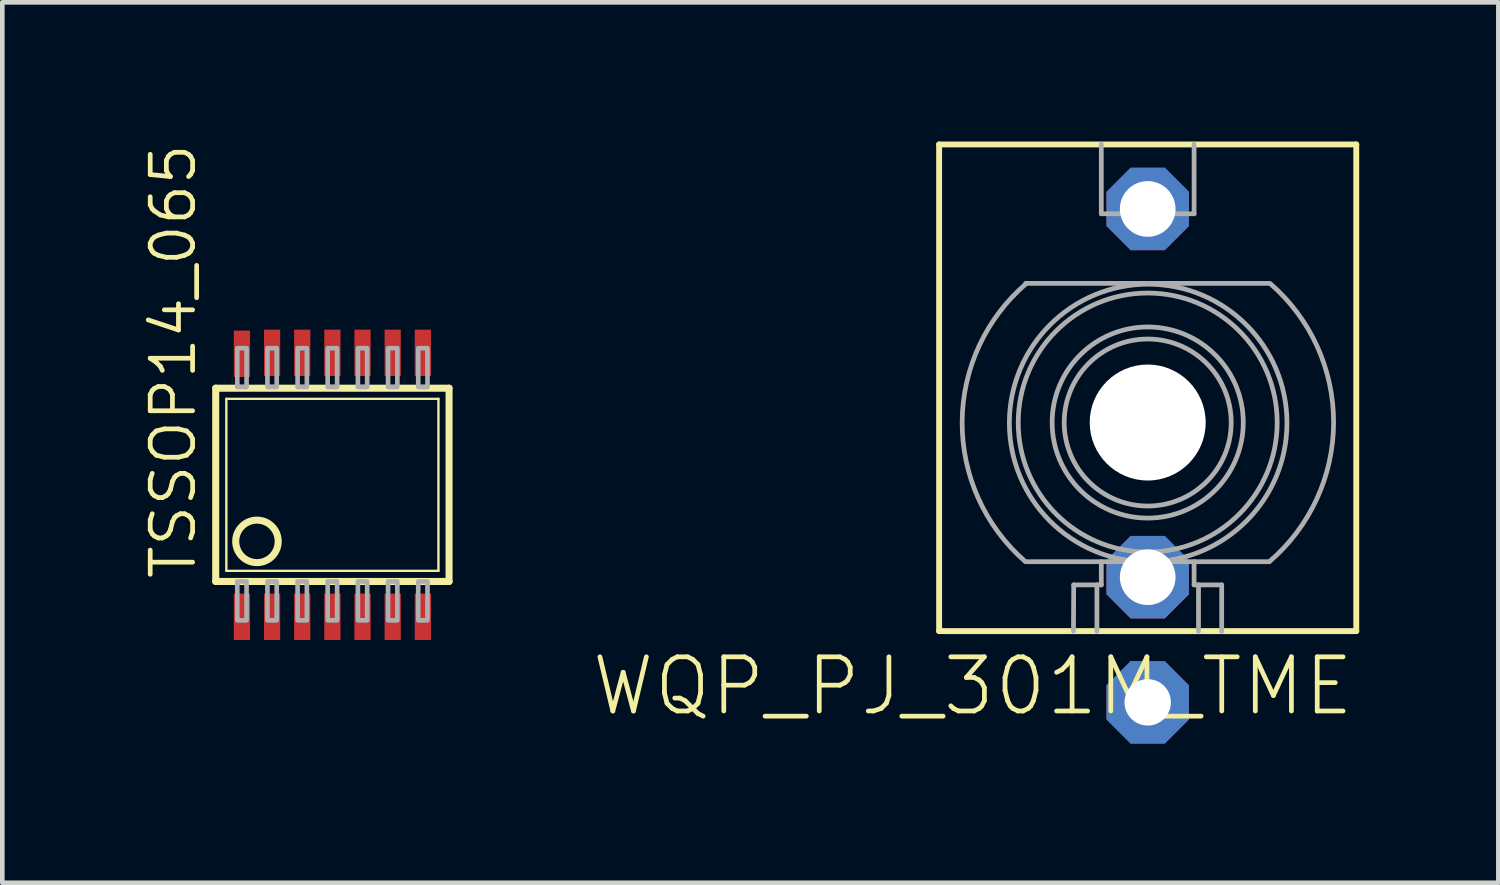
<source format=kicad_pcb>
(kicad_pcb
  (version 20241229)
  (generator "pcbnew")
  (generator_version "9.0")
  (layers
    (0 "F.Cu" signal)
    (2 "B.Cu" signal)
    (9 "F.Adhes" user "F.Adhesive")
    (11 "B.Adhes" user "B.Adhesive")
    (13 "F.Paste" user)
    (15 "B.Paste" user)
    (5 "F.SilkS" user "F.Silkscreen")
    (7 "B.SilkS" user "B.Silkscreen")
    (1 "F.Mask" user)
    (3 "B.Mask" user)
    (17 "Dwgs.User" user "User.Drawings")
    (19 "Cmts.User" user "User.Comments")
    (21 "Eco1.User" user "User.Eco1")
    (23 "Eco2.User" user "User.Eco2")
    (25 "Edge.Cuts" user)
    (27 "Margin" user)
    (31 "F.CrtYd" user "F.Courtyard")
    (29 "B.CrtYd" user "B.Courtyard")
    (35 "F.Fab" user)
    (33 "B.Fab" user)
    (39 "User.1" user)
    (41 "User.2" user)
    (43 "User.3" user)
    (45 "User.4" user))
  (footprint "WQP_PJ_301M_TME"
    (layer "F.Cu")
    (at 21.69 6.058)
    (property "Reference" "WQP_PJ_301M_TME" (at 4.5 5 0) (unlocked yes) (layer "F.SilkS") (effects (font (size 1.168 1.168) (thickness 0.102)) (justify right top)))
    (fp_line (start -4.496 -5.994) (end 4.496 -5.994) (stroke (width 0.127) (type solid)) (layer "F.SilkS"))
    (fp_line (start -4.496 4.496) (end -4.496 -5.994) (stroke (width 0.127) (type solid)) (layer "F.SilkS"))
    (fp_line (start 4.496 -5.994) (end 4.496 4.496) (stroke (width 0.127) (type solid)) (layer "F.SilkS"))
    (fp_line (start 4.496 4.496) (end -4.496 4.496) (stroke (width 0.127) (type solid)) (layer "F.SilkS"))
    (fp_line (start -2.631 -3) (end 2.62 -3) (stroke (width 0.102) (type solid)) (layer "F.Fab"))
    (fp_line (start -2.631 3) (end 2.62 3) (stroke (width 0.102) (type solid)) (layer "F.Fab"))
    (fp_line (start -1.6 4.496) (end -1.595 3.5) (stroke (width 0.102) (type solid)) (layer "F.Fab"))
    (fp_line (start -1.595 3.5) (end -1.095 3.5) (stroke (width 0.102) (type solid)) (layer "F.Fab"))
    (fp_line (start -1.095 3.5) (end -1.095 4.5) (stroke (width 0.102) (type solid)) (layer "F.Fab"))
    (fp_line (start -1.095 3.5) (end -1 3.5) (stroke (width 0.102) (type solid)) (layer "F.Fab"))
    (fp_line (start -1 -4.5) (end -1 -6) (stroke (width 0.102) (type solid)) (layer "F.Fab"))
    (fp_line (start -1 0) (end 1 0) (stroke (width 0.102) (type solid)) (layer "F.Fab"))
    (fp_line (start -1 3.5) (end -1 3) (stroke (width 0.102) (type solid)) (layer "F.Fab"))
    (fp_line (start 0 -1) (end 0 1) (stroke (width 0.102) (type solid)) (layer "F.Fab"))
    (fp_line (start 1 -6) (end 1 -4.5) (stroke (width 0.102) (type solid)) (layer "F.Fab"))
    (fp_line (start 1 -4.5) (end -1 -4.5) (stroke (width 0.102) (type solid)) (layer "F.Fab"))
    (fp_line (start 1 3) (end 1 3.5) (stroke (width 0.102) (type solid)) (layer "F.Fab"))
    (fp_line (start 1 3.5) (end 1.095 3.5) (stroke (width 0.102) (type solid)) (layer "F.Fab"))
    (fp_line (start 1.095 3.5) (end 1.095 4.5) (stroke (width 0.102) (type solid)) (layer "F.Fab"))
    (fp_line (start 1.095 3.5) (end 1.595 3.5) (stroke (width 0.102) (type solid)) (layer "F.Fab"))
    (fp_line (start 1.595 3.5) (end 1.595 4.5) (stroke (width 0.102) (type solid)) (layer "F.Fab"))
    (fp_arc (start -2.641998 2.994) (mid -3.999529 -0.012791) (end -2.608 -3.004) (stroke (width 0.1016) (type solid)) (layer "F.Fab"))
    (fp_arc (start 2.642 -2.994) (mid 4.007235 0.003208) (end 2.628 2.994) (stroke (width 0.1016) (type solid)) (layer "F.Fab"))
    (fp_circle (center 0 0) (end 1.8 0) (stroke (width 0.102) (type solid)) (fill no) (layer "F.Fab"))
    (fp_circle (center 0 0) (end 2.06 0) (stroke (width 0.102) (type solid)) (fill no) (layer "F.Fab"))
    (fp_circle (center 0 0) (end 2.791 0) (stroke (width 0.102) (type solid)) (fill no) (layer "F.Fab"))
    (fp_circle (center 0.01 0.01) (end 3.002 0.01) (stroke (width 0.102) (type solid)) (fill no) (layer "F.Fab"))
    (pad "" np_thru_hole circle (at 0 0) (size 2.5 2.5) (drill 2.5) (layers "*.Cu" "*.Mask"))
    (pad "P1" thru_hole roundrect (at 0 6.032) (size 1.778 1.778) (drill 1) (layers "*.Cu" "*.Mask") (roundrect_rratio 0.25) (chamfer_ratio 0.293) (chamfer top_left top_right bottom_left bottom_right))
    (pad "P2" thru_hole roundrect (at 0 3.334) (size 1.778 1.778) (drill 1.2) (layers "*.Cu" "*.Mask") (roundrect_rratio 0.25) (chamfer_ratio 0.293) (chamfer top_left top_right bottom_left bottom_right))
    (pad "P3" thru_hole roundrect (at 0 -4.604) (size 1.778 1.778) (drill 1.2) (layers "*.Cu" "*.Mask") (roundrect_rratio 0.25) (chamfer_ratio 0.293) (chamfer top_left top_right bottom_left bottom_right)))
  (footprint "TSSOP14_065"
    (layer "F.Cu")
    (at 4.115 7.401)
    (property "Reference" "TSSOP14_065" (at -2.896 2.083 90) (unlocked yes) (layer "F.SilkS") (effects (font (size 0.914 0.914) (thickness 0.102)) (justify left bottom)))
    (fp_line (start -2.515 2.083) (end -2.515 -2.083) (stroke (width 0.152) (type solid)) (layer "F.SilkS"))
    (fp_line (start -2.515 2.083) (end 2.515 2.083) (stroke (width 0.152) (type solid)) (layer "F.SilkS"))
    (fp_line (start -2.286 1.854) (end -2.286 -1.854) (stroke (width 0.051) (type solid)) (layer "F.SilkS"))
    (fp_line (start -2.286 1.854) (end 2.286 1.854) (stroke (width 0.051) (type solid)) (layer "F.SilkS"))
    (fp_line (start 2.286 -1.854) (end -2.286 -1.854) (stroke (width 0.051) (type solid)) (layer "F.SilkS"))
    (fp_line (start 2.286 -1.854) (end 2.286 1.854) (stroke (width 0.051) (type solid)) (layer "F.SilkS"))
    (fp_line (start 2.515 -2.083) (end -2.515 -2.083) (stroke (width 0.152) (type solid)) (layer "F.SilkS"))
    (fp_line (start 2.515 -2.083) (end 2.515 2.083) (stroke (width 0.152) (type solid)) (layer "F.SilkS"))
    (fp_circle (center -1.626 1.219) (end -1.168 1.219) (stroke (width 0.152) (type solid)) (fill no) (layer "F.SilkS"))
    (fp_poly (pts (xy -2.05 -2.108) (xy -1.85 -2.108) (xy -1.85 -2.946) (xy -2.05 -2.946)) (stroke (width 0.1) (type default)) (fill no) (layer "F.Fab"))
    (fp_poly (pts (xy -2.05 2.921) (xy -1.85 2.921) (xy -1.85 2.083) (xy -2.05 2.083)) (stroke (width 0.1) (type default)) (fill no) (layer "F.Fab"))
    (fp_poly (pts (xy -1.4 -2.108) (xy -1.2 -2.108) (xy -1.2 -2.946) (xy -1.4 -2.946)) (stroke (width 0.1) (type default)) (fill no) (layer "F.Fab"))
    (fp_poly (pts (xy -1.4 2.921) (xy -1.2 2.921) (xy -1.2 2.083) (xy -1.4 2.083)) (stroke (width 0.1) (type default)) (fill no) (layer "F.Fab"))
    (fp_poly (pts (xy -0.75 -2.108) (xy -0.55 -2.108) (xy -0.55 -2.946) (xy -0.75 -2.946)) (stroke (width 0.1) (type default)) (fill no) (layer "F.Fab"))
    (fp_poly (pts (xy -0.75 2.921) (xy -0.55 2.921) (xy -0.55 2.083) (xy -0.75 2.083)) (stroke (width 0.1) (type default)) (fill no) (layer "F.Fab"))
    (fp_poly (pts (xy -0.102 -2.108) (xy 0.102 -2.108) (xy 0.102 -2.946) (xy -0.102 -2.946)) (stroke (width 0.1) (type default)) (fill no) (layer "F.Fab"))
    (fp_poly (pts (xy -0.102 2.921) (xy 0.102 2.921) (xy 0.102 2.083) (xy -0.102 2.083)) (stroke (width 0.1) (type default)) (fill no) (layer "F.Fab"))
    (fp_poly (pts (xy 0.55 -2.108) (xy 0.75 -2.108) (xy 0.75 -2.946) (xy 0.55 -2.946)) (stroke (width 0.1) (type default)) (fill no) (layer "F.Fab"))
    (fp_poly (pts (xy 0.55 2.921) (xy 0.75 2.921) (xy 0.75 2.083) (xy 0.55 2.083)) (stroke (width 0.1) (type default)) (fill no) (layer "F.Fab"))
    (fp_poly (pts (xy 1.2 -2.108) (xy 1.4 -2.108) (xy 1.4 -2.946) (xy 1.2 -2.946)) (stroke (width 0.1) (type default)) (fill no) (layer "F.Fab"))
    (fp_poly (pts (xy 1.2 2.921) (xy 1.4 2.921) (xy 1.4 2.083) (xy 1.2 2.083)) (stroke (width 0.1) (type default)) (fill no) (layer "F.Fab"))
    (fp_poly (pts (xy 1.85 -2.108) (xy 2.05 -2.108) (xy 2.05 -2.946) (xy 1.85 -2.946)) (stroke (width 0.1) (type default)) (fill no) (layer "F.Fab"))
    (fp_poly (pts (xy 1.85 2.921) (xy 2.05 2.921) (xy 2.05 2.083) (xy 1.85 2.083)) (stroke (width 0.1) (type default)) (fill no) (layer "F.Fab"))
    (pad "1" smd rect (at -1.95 2.845) (size 0.35 1) (layers "F.Cu" "F.Mask" "F.Paste"))
    (pad "2" smd rect (at -1.3 2.845) (size 0.35 1) (layers "F.Cu" "F.Mask" "F.Paste"))
    (pad "3" smd rect (at -0.65 2.845) (size 0.35 1) (layers "F.Cu" "F.Mask" "F.Paste"))
    (pad "4" smd rect (at 0 2.845) (size 0.35 1) (layers "F.Cu" "F.Mask" "F.Paste"))
    (pad "5" smd rect (at 0.65 2.845) (size 0.35 1) (layers "F.Cu" "F.Mask" "F.Paste"))
    (pad "6" smd rect (at 1.3 2.845) (size 0.35 1) (layers "F.Cu" "F.Mask" "F.Paste"))
    (pad "7" smd rect (at 1.95 2.845) (size 0.35 1) (layers "F.Cu" "F.Mask" "F.Paste"))
    (pad "8" smd rect (at 1.95 -2.845) (size 0.35 1) (layers "F.Cu" "F.Mask" "F.Paste"))
    (pad "9" smd rect (at 1.3 -2.845) (size 0.35 1) (layers "F.Cu" "F.Mask" "F.Paste"))
    (pad "10" smd rect (at 0.65 -2.845) (size 0.35 1) (layers "F.Cu" "F.Mask" "F.Paste"))
    (pad "11" smd rect (at 0 -2.845) (size 0.35 1) (layers "F.Cu" "F.Mask" "F.Paste"))
    (pad "12" smd rect (at -0.65 -2.845) (size 0.35 1) (layers "F.Cu" "F.Mask" "F.Paste"))
    (pad "13" smd rect (at -1.3 -2.845) (size 0.35 1) (layers "F.Cu" "F.Mask" "F.Paste"))
    (pad "14" smd rect (at -1.95 -2.825) (size 0.35 1) (layers "F.Cu" "F.Mask" "F.Paste")))
  (gr_rect
    (start -3 -3)
    (end 29.249 15.979)
    (stroke (width 0.1) (type default))
    (fill no)
    (layer "Edge.Cuts")))
</source>
